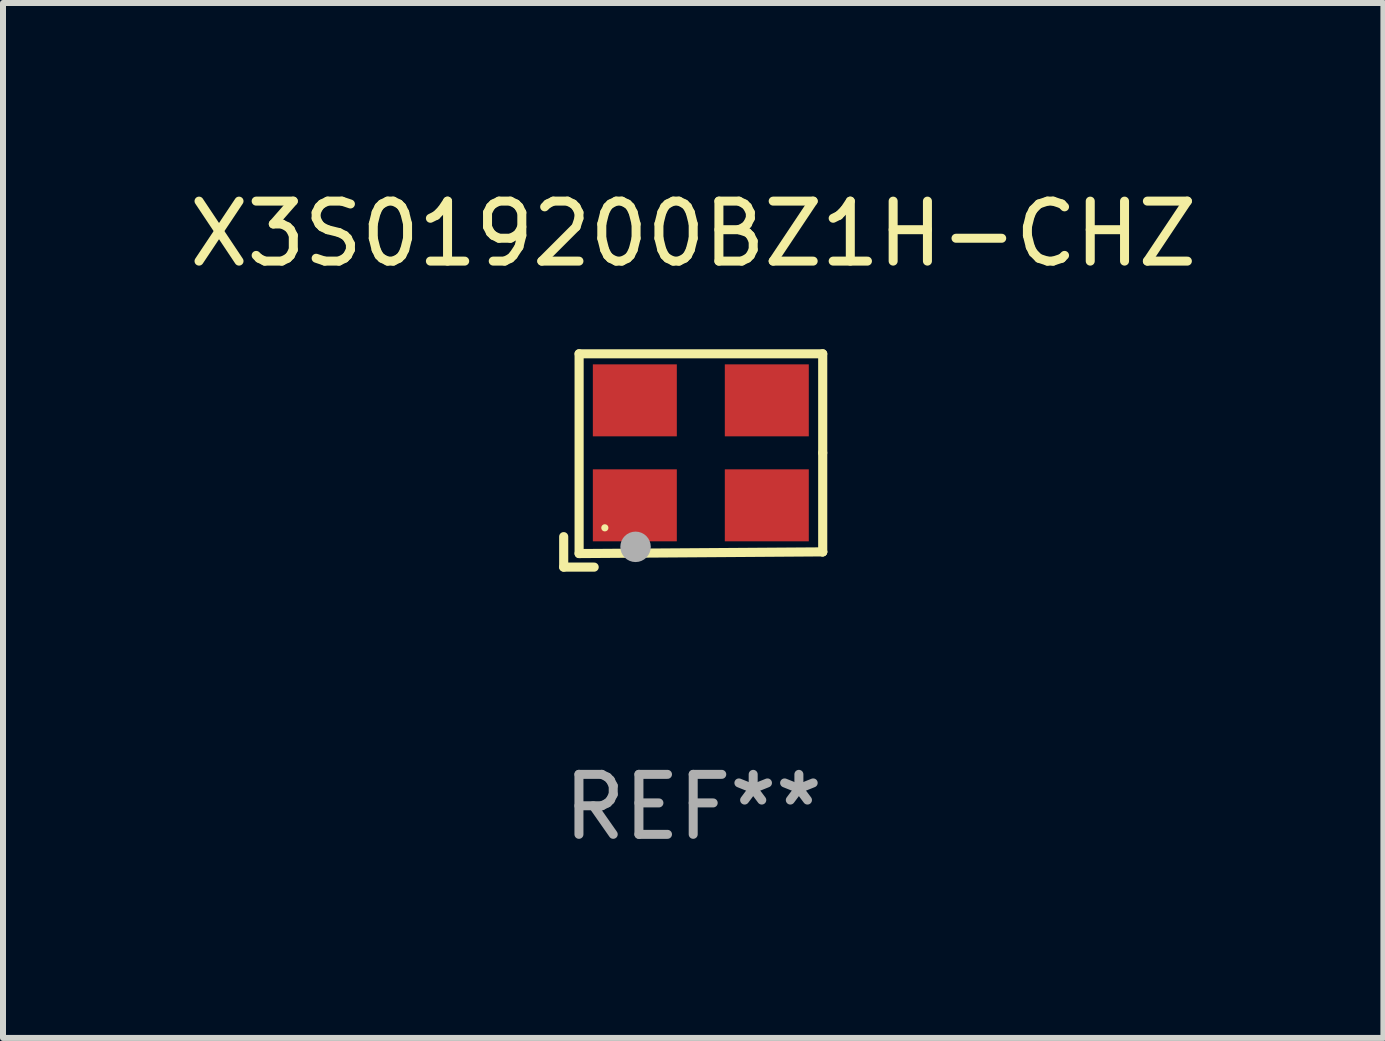
<source format=kicad_pcb>
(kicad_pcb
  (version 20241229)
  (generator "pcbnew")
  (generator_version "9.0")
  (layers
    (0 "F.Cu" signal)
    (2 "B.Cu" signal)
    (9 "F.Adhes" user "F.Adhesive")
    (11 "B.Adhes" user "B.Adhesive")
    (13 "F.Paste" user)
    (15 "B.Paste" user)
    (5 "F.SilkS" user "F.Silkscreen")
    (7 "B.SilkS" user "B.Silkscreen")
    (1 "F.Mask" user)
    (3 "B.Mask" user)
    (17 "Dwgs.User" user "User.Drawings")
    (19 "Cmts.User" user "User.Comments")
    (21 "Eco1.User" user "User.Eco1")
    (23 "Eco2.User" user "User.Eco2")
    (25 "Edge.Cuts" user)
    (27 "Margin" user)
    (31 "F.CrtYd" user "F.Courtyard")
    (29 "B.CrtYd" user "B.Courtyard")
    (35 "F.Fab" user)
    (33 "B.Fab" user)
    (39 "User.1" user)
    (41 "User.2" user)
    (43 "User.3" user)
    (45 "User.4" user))
  (footprint "X3S019200BZ1H-CHZ"
    (layer "F.Cu")
    (at 8.506 4.626)
    (property "Reference" "X3S019200BZ1H-CHZ" (at 0 -3.778 0) (layer "F.SilkS") (effects (font (size 1 1) (thickness 0.15))))
    (attr through_hole)
    (fp_line (start -2.159 1.27) (end -2.159 1.778) (stroke (width 0.152) (type solid)) (layer "F.SilkS"))
    (fp_line (start -2.159 1.778) (end -1.651 1.778) (stroke (width 0.152) (type solid)) (layer "F.SilkS"))
    (fp_line (start -1.902 -1.778) (end 2.159 -1.778) (stroke (width 0.152) (type solid)) (layer "F.SilkS"))
    (fp_line (start -1.902 1.552) (end -1.902 -1.778) (stroke (width 0.152) (type solid)) (layer "F.SilkS"))
    (fp_line (start 2.159 -1.778) (end 2.159 -0.127) (stroke (width 0.152) (type solid)) (layer "F.SilkS"))
    (fp_line (start 2.159 -0.127) (end 2.159 1.524) (stroke (width 0.152) (type solid)) (layer "F.SilkS"))
    (fp_line (start 2.159 1.524) (end -1.902 1.552) (stroke (width 0.152) (type solid)) (layer "F.SilkS"))
    (fp_line (start 2.159 1.524) (end 2.159 1.524) (stroke (width 0.152) (type solid)) (layer "F.SilkS"))
    (fp_circle (center -1.473 1.123) (end -1.443 1.123) (stroke (width 0.06) (type solid)) (fill no) (layer "F.SilkS"))
    (fp_circle (center -0.961 1.44) (end -0.834 1.44) (stroke (width 0.254) (type solid)) (fill no) (layer "F.Fab"))
    (fp_text user "REF**" (at 0 5.778 0) (layer "F.Fab") (effects (font (size 1 1) (thickness 0.15))))
    (pad "1" smd rect (at -0.973 0.748) (size 1.4 1.2) (layers "F.Cu" "F.Mask" "F.Paste"))
    (pad "2" smd rect (at 1.227 0.748) (size 1.4 1.2) (layers "F.Cu" "F.Mask" "F.Paste"))
    (pad "3" smd rect (at 1.227 -1.002) (size 1.4 1.2) (layers "F.Cu" "F.Mask" "F.Paste"))
    (pad "4" smd rect (at -0.973 -1.002) (size 1.4 1.2) (layers "F.Cu" "F.Mask" "F.Paste")))
  (gr_rect
    (start -3 -3)
    (end 20.012 14.253)
    (stroke (width 0.1) (type default))
    (fill no)
    (layer "Edge.Cuts")))
</source>
